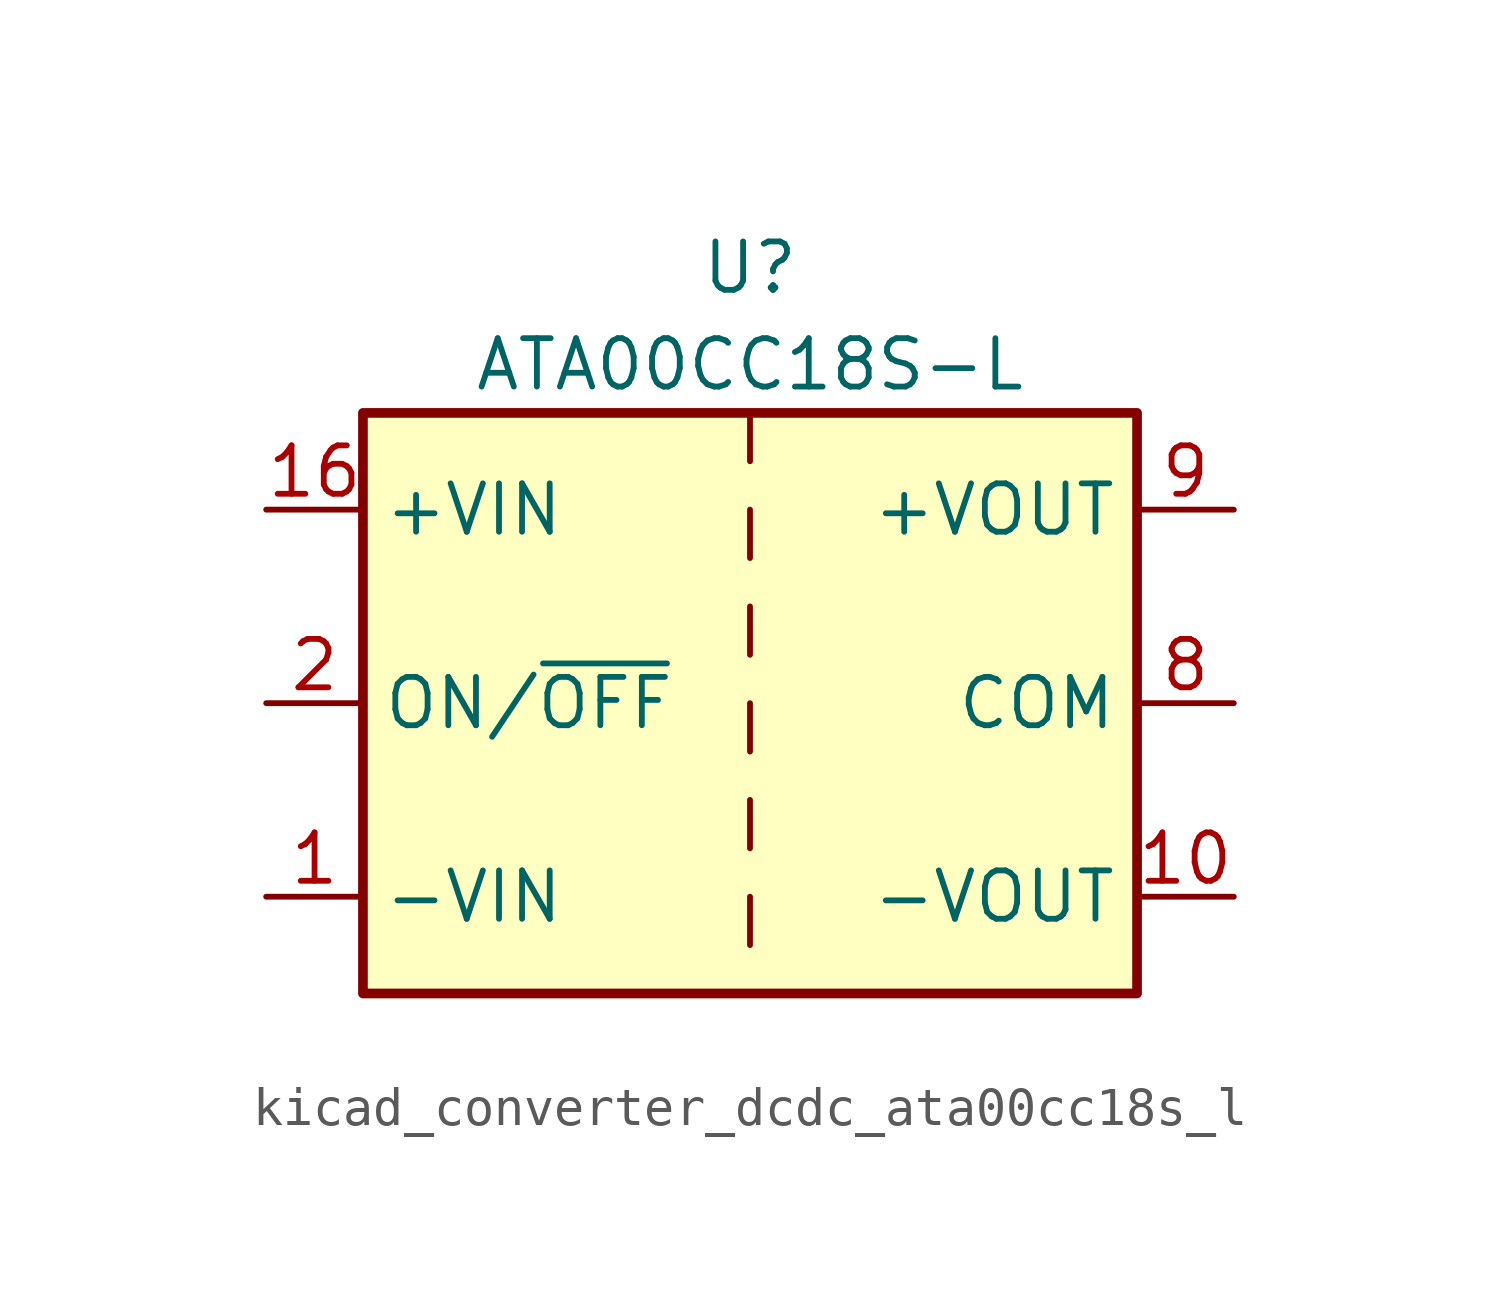
<source format=kicad_sym>
(kicad_symbol_lib
  (version 20220914)
  (generator kicad_symbol_editor)
  (symbol "kicad_converter_dcdc_ata00cc18s_l"
    (property "Reference" "U"
      (at 0 11.43 0)
      (effects (font (size 1.27 1.27))))
    (property "Value" "ATA00CC18S-L"
      (at 0 8.89 0)
      (effects (font (size 1.27 1.27))))
    (symbol "kicad_converter_dcdc_ata00cc18s_l_0_1"
      (rectangle (start -10.16 7.62) (end 10.16 -7.62) (stroke (width 0.254) (type default)) (fill (type background)))
      (polyline (pts (xy 0 -5.08) (xy 0 -6.35)) (stroke (width 0) (type default)) (fill (type none)))
      (polyline (pts (xy 0 -2.54) (xy 0 -3.81)) (stroke (width 0) (type default)) (fill (type none)))
      (polyline (pts (xy 0 0) (xy 0 -1.27)) (stroke (width 0) (type default)) (fill (type none)))
      (polyline (pts (xy 0 2.54) (xy 0 1.27)) (stroke (width 0) (type default)) (fill (type none)))
      (polyline (pts (xy 0 5.08) (xy 0 3.81)) (stroke (width 0) (type default)) (fill (type none)))
      (polyline (pts (xy 0 7.62) (xy 0 6.35)) (stroke (width 0) (type default)) (fill (type none))))
    (symbol "kicad_converter_dcdc_ata00cc18s_l_1_1"
      (pin power_in line (at -12.7 -5.08 0) (length 2.54) (name "-VIN" (effects (font (size 1.27 1.27)))) (number "1" (effects (font (size 1.27 1.27)))))
      (pin power_out line (at 12.7 -5.08 180) (length 2.54) (name "-VOUT" (effects (font (size 1.27 1.27)))) (number "10" (effects (font (size 1.27 1.27)))))
      (pin power_in line (at -12.7 5.08 0) (length 2.54) (name "+VIN" (effects (font (size 1.27 1.27)))) (number "16" (effects (font (size 1.27 1.27)))))
      (pin input line (at -12.7 0 0) (length 2.54) (name "ON/~{OFF}" (effects (font (size 1.27 1.27)))) (number "2" (effects (font (size 1.27 1.27)))))
      (pin no_connect line (at 10.16 2.54 180) (length 2.54) hide (name "NC" (effects (font (size 1.27 1.27)))) (number "7" (effects (font (size 1.27 1.27)))))
      (pin power_out line (at 12.7 0 180) (length 2.54) (name "COM" (effects (font (size 1.27 1.27)))) (number "8" (effects (font (size 1.27 1.27)))))
      (pin power_out line (at 12.7 5.08 180) (length 2.54) (name "+VOUT" (effects (font (size 1.27 1.27)))) (number "9" (effects (font (size 1.27 1.27))))))))
</source>
